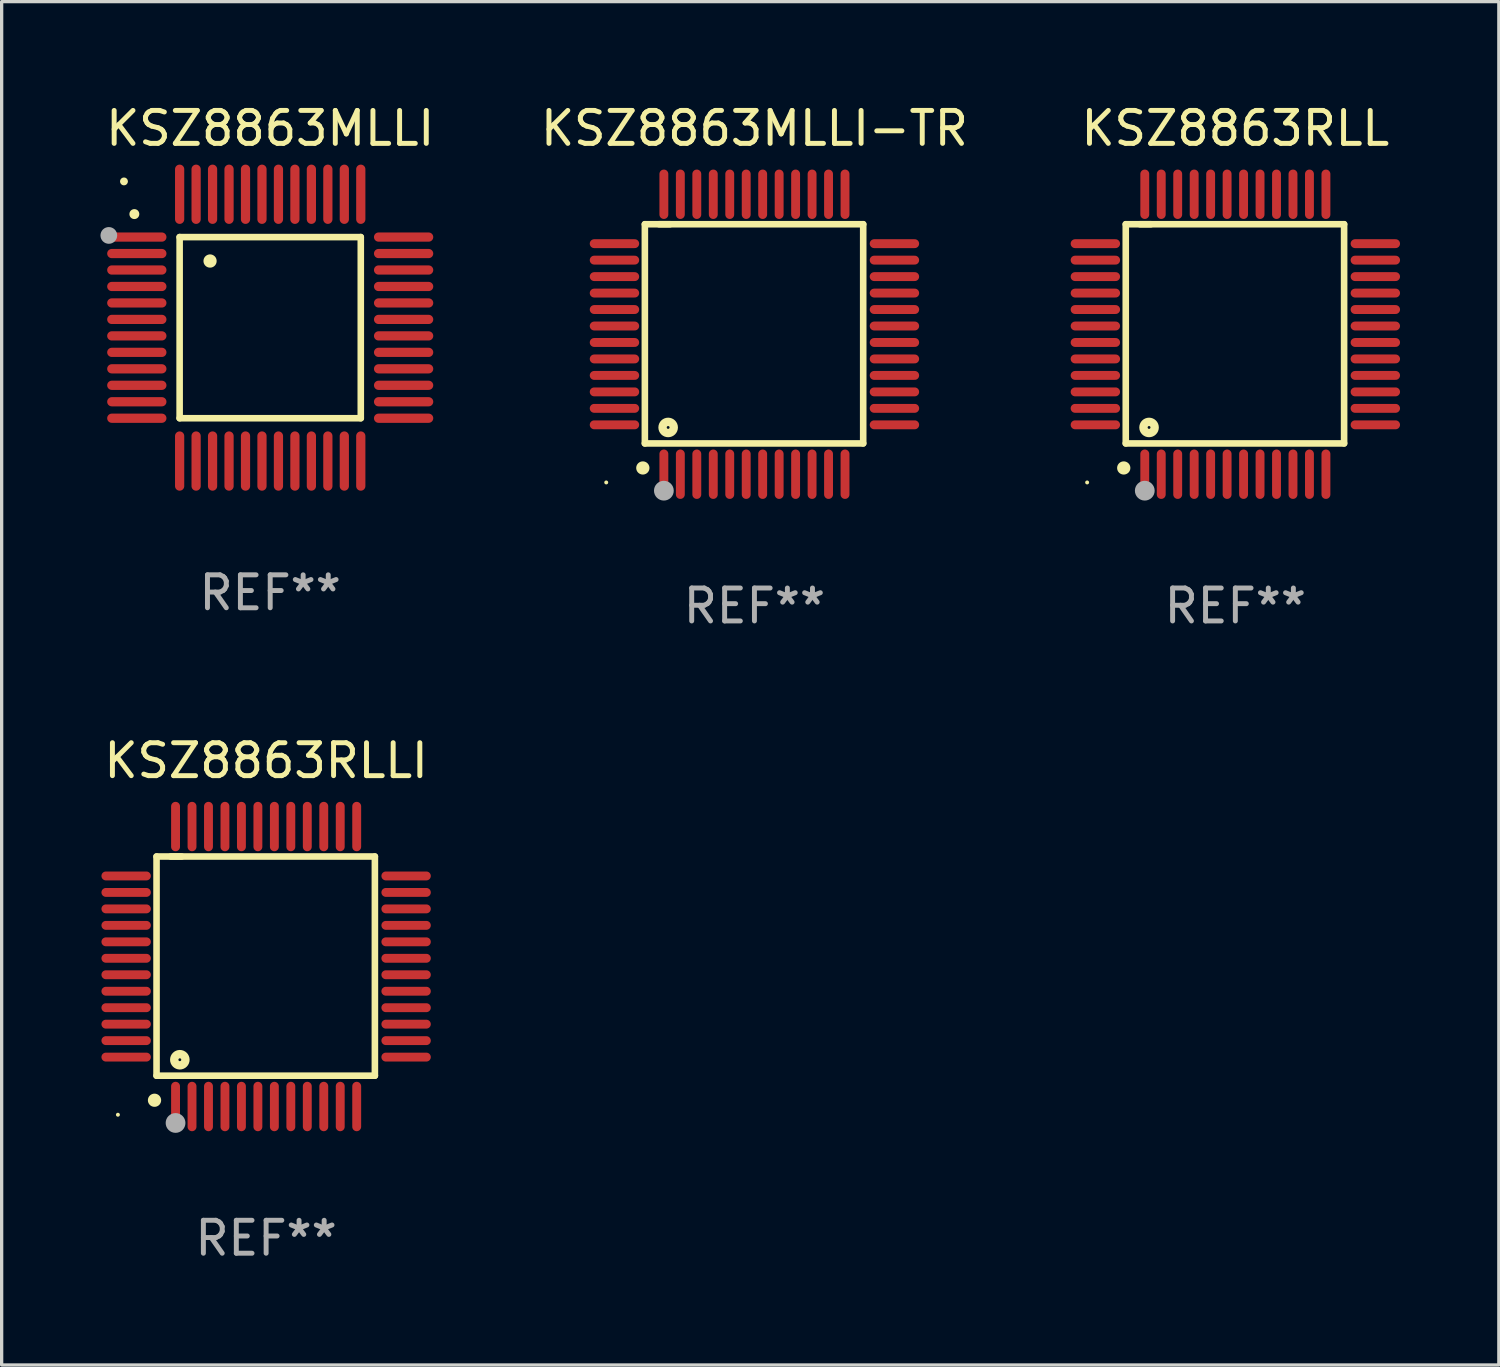
<source format=kicad_pcb>
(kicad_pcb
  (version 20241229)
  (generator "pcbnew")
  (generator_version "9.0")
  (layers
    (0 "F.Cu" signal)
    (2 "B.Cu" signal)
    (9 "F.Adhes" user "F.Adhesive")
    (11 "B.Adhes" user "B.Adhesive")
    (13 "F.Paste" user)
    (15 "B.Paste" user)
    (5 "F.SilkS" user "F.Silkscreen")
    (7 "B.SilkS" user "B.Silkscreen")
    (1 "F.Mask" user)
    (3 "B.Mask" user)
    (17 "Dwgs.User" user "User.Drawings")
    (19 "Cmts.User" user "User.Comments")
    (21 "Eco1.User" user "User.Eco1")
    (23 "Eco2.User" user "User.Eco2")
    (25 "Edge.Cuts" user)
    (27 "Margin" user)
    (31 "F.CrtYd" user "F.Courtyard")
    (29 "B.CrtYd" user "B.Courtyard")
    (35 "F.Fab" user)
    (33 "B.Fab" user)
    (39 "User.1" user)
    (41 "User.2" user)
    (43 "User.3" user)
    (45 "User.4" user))
  (footprint "KSZ8863RLLI"
    (layer "F.Cu")
    (at 5.03 26.295)
    (property "Reference" "KSZ8863RLLI" (at 0 -6.25 0) (layer "F.SilkS") (effects (font (size 1 1) (thickness 0.15))))
    (attr through_hole)
    (fp_line (start -3.327 -3.34) (end -2.565 -3.34) (stroke (width 0.2) (type solid)) (layer "F.SilkS"))
    (fp_line (start -3.327 3.315) (end -3.327 -3.34) (stroke (width 0.2) (type solid)) (layer "F.SilkS"))
    (fp_line (start -2.896 -3.34) (end 3.302 -3.34) (stroke (width 0.2) (type solid)) (layer "F.SilkS"))
    (fp_line (start 3.302 -3.34) (end 3.302 3.315) (stroke (width 0.2) (type solid)) (layer "F.SilkS"))
    (fp_line (start 3.302 3.315) (end -3.327 3.315) (stroke (width 0.2) (type solid)) (layer "F.SilkS"))
    (fp_arc (start -3.389992 4.059995) (mid -3.388722 4.059991) (end -3.387452 4.059995) (stroke (width 0.4) (type solid)) (layer "F.SilkS"))
    (fp_circle (center -4.5 4.5) (end -4.47 4.5) (stroke (width 0.06) (type solid)) (fill no) (layer "F.SilkS"))
    (fp_circle (center -2.62 2.83) (end -2.45 2.83) (stroke (width 0.254) (type solid)) (fill no) (layer "F.SilkS"))
    (fp_circle (center -2.75 4.75) (end -2.6 4.75) (stroke (width 0.3) (type solid)) (fill no) (layer "F.Fab"))
    (fp_text user "REF**" (at 0 8.25 0) (layer "F.Fab") (effects (font (size 1 1) (thickness 0.15))))
    (pad "1" smd oval (at -2.75 4.25) (size 0.27 1.5) (layers "F.Cu" "F.Mask" "F.Paste"))
    (pad "2" smd oval (at -2.25 4.25) (size 0.27 1.5) (layers "F.Cu" "F.Mask" "F.Paste"))
    (pad "3" smd oval (at -1.75 4.25) (size 0.27 1.5) (layers "F.Cu" "F.Mask" "F.Paste"))
    (pad "4" smd oval (at -1.25 4.25) (size 0.27 1.5) (layers "F.Cu" "F.Mask" "F.Paste"))
    (pad "5" smd oval (at -0.75 4.25) (size 0.27 1.5) (layers "F.Cu" "F.Mask" "F.Paste"))
    (pad "6" smd oval (at -0.25 4.25) (size 0.27 1.5) (layers "F.Cu" "F.Mask" "F.Paste"))
    (pad "7" smd oval (at 0.25 4.25) (size 0.27 1.5) (layers "F.Cu" "F.Mask" "F.Paste"))
    (pad "8" smd oval (at 0.75 4.25) (size 0.27 1.5) (layers "F.Cu" "F.Mask" "F.Paste"))
    (pad "9" smd oval (at 1.25 4.25) (size 0.27 1.5) (layers "F.Cu" "F.Mask" "F.Paste"))
    (pad "10" smd oval (at 1.75 4.25) (size 0.27 1.5) (layers "F.Cu" "F.Mask" "F.Paste"))
    (pad "11" smd oval (at 2.25 4.25) (size 0.27 1.5) (layers "F.Cu" "F.Mask" "F.Paste"))
    (pad "12" smd oval (at 2.75 4.25) (size 0.27 1.5) (layers "F.Cu" "F.Mask" "F.Paste"))
    (pad "13" smd oval (at 4.25 2.75) (size 1.5 0.27) (layers "F.Cu" "F.Mask" "F.Paste"))
    (pad "14" smd oval (at 4.25 2.25) (size 1.5 0.27) (layers "F.Cu" "F.Mask" "F.Paste"))
    (pad "15" smd oval (at 4.25 1.75) (size 1.5 0.27) (layers "F.Cu" "F.Mask" "F.Paste"))
    (pad "16" smd oval (at 4.25 1.25) (size 1.5 0.27) (layers "F.Cu" "F.Mask" "F.Paste"))
    (pad "17" smd oval (at 4.25 0.75) (size 1.5 0.27) (layers "F.Cu" "F.Mask" "F.Paste"))
    (pad "18" smd oval (at 4.25 0.25) (size 1.5 0.27) (layers "F.Cu" "F.Mask" "F.Paste"))
    (pad "19" smd oval (at 4.25 -0.25) (size 1.5 0.27) (layers "F.Cu" "F.Mask" "F.Paste"))
    (pad "20" smd oval (at 4.25 -0.75) (size 1.5 0.27) (layers "F.Cu" "F.Mask" "F.Paste"))
    (pad "21" smd oval (at 4.25 -1.25) (size 1.5 0.27) (layers "F.Cu" "F.Mask" "F.Paste"))
    (pad "22" smd oval (at 4.25 -1.75) (size 1.5 0.27) (layers "F.Cu" "F.Mask" "F.Paste"))
    (pad "23" smd oval (at 4.25 -2.25) (size 1.5 0.27) (layers "F.Cu" "F.Mask" "F.Paste"))
    (pad "24" smd oval (at 4.25 -2.75) (size 1.5 0.27) (layers "F.Cu" "F.Mask" "F.Paste"))
    (pad "25" smd oval (at 2.75 -4.25) (size 0.27 1.5) (layers "F.Cu" "F.Mask" "F.Paste"))
    (pad "26" smd oval (at 2.25 -4.25) (size 0.27 1.5) (layers "F.Cu" "F.Mask" "F.Paste"))
    (pad "27" smd oval (at 1.75 -4.25) (size 0.27 1.5) (layers "F.Cu" "F.Mask" "F.Paste"))
    (pad "28" smd oval (at 1.25 -4.25) (size 0.27 1.5) (layers "F.Cu" "F.Mask" "F.Paste"))
    (pad "29" smd oval (at 0.75 -4.25) (size 0.27 1.5) (layers "F.Cu" "F.Mask" "F.Paste"))
    (pad "30" smd oval (at 0.25 -4.25) (size 0.27 1.5) (layers "F.Cu" "F.Mask" "F.Paste"))
    (pad "31" smd oval (at -0.25 -4.25) (size 0.27 1.5) (layers "F.Cu" "F.Mask" "F.Paste"))
    (pad "32" smd oval (at -0.75 -4.25) (size 0.27 1.5) (layers "F.Cu" "F.Mask" "F.Paste"))
    (pad "33" smd oval (at -1.25 -4.25) (size 0.27 1.5) (layers "F.Cu" "F.Mask" "F.Paste"))
    (pad "34" smd oval (at -1.75 -4.25) (size 0.27 1.5) (layers "F.Cu" "F.Mask" "F.Paste"))
    (pad "35" smd oval (at -2.25 -4.25) (size 0.27 1.5) (layers "F.Cu" "F.Mask" "F.Paste"))
    (pad "36" smd oval (at -2.75 -4.25) (size 0.27 1.5) (layers "F.Cu" "F.Mask" "F.Paste"))
    (pad "37" smd oval (at -4.25 -2.75) (size 1.5 0.27) (layers "F.Cu" "F.Mask" "F.Paste"))
    (pad "38" smd oval (at -4.25 -2.25) (size 1.5 0.27) (layers "F.Cu" "F.Mask" "F.Paste"))
    (pad "39" smd oval (at -4.25 -1.75) (size 1.5 0.27) (layers "F.Cu" "F.Mask" "F.Paste"))
    (pad "40" smd oval (at -4.25 -1.25) (size 1.5 0.27) (layers "F.Cu" "F.Mask" "F.Paste"))
    (pad "41" smd oval (at -4.25 -0.75) (size 1.5 0.27) (layers "F.Cu" "F.Mask" "F.Paste"))
    (pad "42" smd oval (at -4.25 -0.25) (size 1.5 0.27) (layers "F.Cu" "F.Mask" "F.Paste"))
    (pad "43" smd oval (at -4.25 0.25) (size 1.5 0.27) (layers "F.Cu" "F.Mask" "F.Paste"))
    (pad "44" smd oval (at -4.25 0.75) (size 1.5 0.27) (layers "F.Cu" "F.Mask" "F.Paste"))
    (pad "45" smd oval (at -4.25 1.25) (size 1.5 0.27) (layers "F.Cu" "F.Mask" "F.Paste"))
    (pad "46" smd oval (at -4.25 1.75) (size 1.5 0.27) (layers "F.Cu" "F.Mask" "F.Paste"))
    (pad "47" smd oval (at -4.25 2.25) (size 1.5 0.27) (layers "F.Cu" "F.Mask" "F.Paste"))
    (pad "48" smd oval (at -4.25 2.75) (size 1.5 0.27) (layers "F.Cu" "F.Mask" "F.Paste")))
  (footprint "KSZ8863RLL"
    (layer "F.Cu")
    (at 34.457 7.098)
    (property "Reference" "KSZ8863RLL" (at 0 -6.25 0) (layer "F.SilkS") (effects (font (size 1 1) (thickness 0.15))))
    (attr through_hole)
    (fp_line (start -3.327 -3.34) (end -2.565 -3.34) (stroke (width 0.2) (type solid)) (layer "F.SilkS"))
    (fp_line (start -3.327 3.315) (end -3.327 -3.34) (stroke (width 0.2) (type solid)) (layer "F.SilkS"))
    (fp_line (start -2.896 -3.34) (end 3.302 -3.34) (stroke (width 0.2) (type solid)) (layer "F.SilkS"))
    (fp_line (start 3.302 -3.34) (end 3.302 3.315) (stroke (width 0.2) (type solid)) (layer "F.SilkS"))
    (fp_line (start 3.302 3.315) (end -3.327 3.315) (stroke (width 0.2) (type solid)) (layer "F.SilkS"))
    (fp_arc (start -3.389992 4.059995) (mid -3.388722 4.059991) (end -3.387452 4.059995) (stroke (width 0.4) (type solid)) (layer "F.SilkS"))
    (fp_circle (center -4.5 4.5) (end -4.47 4.5) (stroke (width 0.06) (type solid)) (fill no) (layer "F.SilkS"))
    (fp_circle (center -2.62 2.83) (end -2.45 2.83) (stroke (width 0.254) (type solid)) (fill no) (layer "F.SilkS"))
    (fp_circle (center -2.75 4.75) (end -2.6 4.75) (stroke (width 0.3) (type solid)) (fill no) (layer "F.Fab"))
    (fp_text user "REF**" (at 0 8.25 0) (layer "F.Fab") (effects (font (size 1 1) (thickness 0.15))))
    (pad "1" smd oval (at -2.75 4.25) (size 0.27 1.5) (layers "F.Cu" "F.Mask" "F.Paste"))
    (pad "2" smd oval (at -2.25 4.25) (size 0.27 1.5) (layers "F.Cu" "F.Mask" "F.Paste"))
    (pad "3" smd oval (at -1.75 4.25) (size 0.27 1.5) (layers "F.Cu" "F.Mask" "F.Paste"))
    (pad "4" smd oval (at -1.25 4.25) (size 0.27 1.5) (layers "F.Cu" "F.Mask" "F.Paste"))
    (pad "5" smd oval (at -0.75 4.25) (size 0.27 1.5) (layers "F.Cu" "F.Mask" "F.Paste"))
    (pad "6" smd oval (at -0.25 4.25) (size 0.27 1.5) (layers "F.Cu" "F.Mask" "F.Paste"))
    (pad "7" smd oval (at 0.25 4.25) (size 0.27 1.5) (layers "F.Cu" "F.Mask" "F.Paste"))
    (pad "8" smd oval (at 0.75 4.25) (size 0.27 1.5) (layers "F.Cu" "F.Mask" "F.Paste"))
    (pad "9" smd oval (at 1.25 4.25) (size 0.27 1.5) (layers "F.Cu" "F.Mask" "F.Paste"))
    (pad "10" smd oval (at 1.75 4.25) (size 0.27 1.5) (layers "F.Cu" "F.Mask" "F.Paste"))
    (pad "11" smd oval (at 2.25 4.25) (size 0.27 1.5) (layers "F.Cu" "F.Mask" "F.Paste"))
    (pad "12" smd oval (at 2.75 4.25) (size 0.27 1.5) (layers "F.Cu" "F.Mask" "F.Paste"))
    (pad "13" smd oval (at 4.25 2.75) (size 1.5 0.27) (layers "F.Cu" "F.Mask" "F.Paste"))
    (pad "14" smd oval (at 4.25 2.25) (size 1.5 0.27) (layers "F.Cu" "F.Mask" "F.Paste"))
    (pad "15" smd oval (at 4.25 1.75) (size 1.5 0.27) (layers "F.Cu" "F.Mask" "F.Paste"))
    (pad "16" smd oval (at 4.25 1.25) (size 1.5 0.27) (layers "F.Cu" "F.Mask" "F.Paste"))
    (pad "17" smd oval (at 4.25 0.75) (size 1.5 0.27) (layers "F.Cu" "F.Mask" "F.Paste"))
    (pad "18" smd oval (at 4.25 0.25) (size 1.5 0.27) (layers "F.Cu" "F.Mask" "F.Paste"))
    (pad "19" smd oval (at 4.25 -0.25) (size 1.5 0.27) (layers "F.Cu" "F.Mask" "F.Paste"))
    (pad "20" smd oval (at 4.25 -0.75) (size 1.5 0.27) (layers "F.Cu" "F.Mask" "F.Paste"))
    (pad "21" smd oval (at 4.25 -1.25) (size 1.5 0.27) (layers "F.Cu" "F.Mask" "F.Paste"))
    (pad "22" smd oval (at 4.25 -1.75) (size 1.5 0.27) (layers "F.Cu" "F.Mask" "F.Paste"))
    (pad "23" smd oval (at 4.25 -2.25) (size 1.5 0.27) (layers "F.Cu" "F.Mask" "F.Paste"))
    (pad "24" smd oval (at 4.25 -2.75) (size 1.5 0.27) (layers "F.Cu" "F.Mask" "F.Paste"))
    (pad "25" smd oval (at 2.75 -4.25) (size 0.27 1.5) (layers "F.Cu" "F.Mask" "F.Paste"))
    (pad "26" smd oval (at 2.25 -4.25) (size 0.27 1.5) (layers "F.Cu" "F.Mask" "F.Paste"))
    (pad "27" smd oval (at 1.75 -4.25) (size 0.27 1.5) (layers "F.Cu" "F.Mask" "F.Paste"))
    (pad "28" smd oval (at 1.25 -4.25) (size 0.27 1.5) (layers "F.Cu" "F.Mask" "F.Paste"))
    (pad "29" smd oval (at 0.75 -4.25) (size 0.27 1.5) (layers "F.Cu" "F.Mask" "F.Paste"))
    (pad "30" smd oval (at 0.25 -4.25) (size 0.27 1.5) (layers "F.Cu" "F.Mask" "F.Paste"))
    (pad "31" smd oval (at -0.25 -4.25) (size 0.27 1.5) (layers "F.Cu" "F.Mask" "F.Paste"))
    (pad "32" smd oval (at -0.75 -4.25) (size 0.27 1.5) (layers "F.Cu" "F.Mask" "F.Paste"))
    (pad "33" smd oval (at -1.25 -4.25) (size 0.27 1.5) (layers "F.Cu" "F.Mask" "F.Paste"))
    (pad "34" smd oval (at -1.75 -4.25) (size 0.27 1.5) (layers "F.Cu" "F.Mask" "F.Paste"))
    (pad "35" smd oval (at -2.25 -4.25) (size 0.27 1.5) (layers "F.Cu" "F.Mask" "F.Paste"))
    (pad "36" smd oval (at -2.75 -4.25) (size 0.27 1.5) (layers "F.Cu" "F.Mask" "F.Paste"))
    (pad "37" smd oval (at -4.25 -2.75) (size 1.5 0.27) (layers "F.Cu" "F.Mask" "F.Paste"))
    (pad "38" smd oval (at -4.25 -2.25) (size 1.5 0.27) (layers "F.Cu" "F.Mask" "F.Paste"))
    (pad "39" smd oval (at -4.25 -1.75) (size 1.5 0.27) (layers "F.Cu" "F.Mask" "F.Paste"))
    (pad "40" smd oval (at -4.25 -1.25) (size 1.5 0.27) (layers "F.Cu" "F.Mask" "F.Paste"))
    (pad "41" smd oval (at -4.25 -0.75) (size 1.5 0.27) (layers "F.Cu" "F.Mask" "F.Paste"))
    (pad "42" smd oval (at -4.25 -0.25) (size 1.5 0.27) (layers "F.Cu" "F.Mask" "F.Paste"))
    (pad "43" smd oval (at -4.25 0.25) (size 1.5 0.27) (layers "F.Cu" "F.Mask" "F.Paste"))
    (pad "44" smd oval (at -4.25 0.75) (size 1.5 0.27) (layers "F.Cu" "F.Mask" "F.Paste"))
    (pad "45" smd oval (at -4.25 1.25) (size 1.5 0.27) (layers "F.Cu" "F.Mask" "F.Paste"))
    (pad "46" smd oval (at -4.25 1.75) (size 1.5 0.27) (layers "F.Cu" "F.Mask" "F.Paste"))
    (pad "47" smd oval (at -4.25 2.25) (size 1.5 0.27) (layers "F.Cu" "F.Mask" "F.Paste"))
    (pad "48" smd oval (at -4.25 2.75) (size 1.5 0.27) (layers "F.Cu" "F.Mask" "F.Paste")))
  (footprint "KSZ8863MLLI"
    (layer "F.Cu")
    (at 5.154 6.898)
    (property "Reference" "KSZ8863MLLI" (at 0 -6.05 0) (layer "F.SilkS") (effects (font (size 1 1) (thickness 0.15))))
    (attr through_hole)
    (fp_line (start -2.75 -2.75) (end 2.75 -2.75) (stroke (width 0.2) (type solid)) (layer "F.SilkS"))
    (fp_line (start -2.75 2.75) (end -2.75 -2.75) (stroke (width 0.2) (type solid)) (layer "F.SilkS"))
    (fp_line (start 2.75 -2.75) (end 2.75 2.75) (stroke (width 0.2) (type solid)) (layer "F.SilkS"))
    (fp_line (start 2.75 2.75) (end -2.75 2.75) (stroke (width 0.2) (type solid)) (layer "F.SilkS"))
    (fp_arc (start -4.124968 -3.446787) (mid -4.124973 -3.448057) (end -4.124968 -3.449327) (stroke (width 0.3) (type solid)) (layer "F.SilkS"))
    (fp_arc (start -1.826264 -2.021844) (mid -1.826268 -2.023114) (end -1.826264 -2.024384) (stroke (width 0.4) (type solid)) (layer "F.SilkS"))
    (fp_circle (center -4.44 -4.44) (end -4.38 -4.44) (stroke (width 0.12) (type solid)) (fill no) (layer "F.SilkS"))
    (fp_circle (center -4.9 -2.8) (end -4.773 -2.8) (stroke (width 0.254) (type solid)) (fill no) (layer "F.Fab"))
    (fp_text user "REF**" (at 0 8.05 0) (layer "F.Fab") (effects (font (size 1 1) (thickness 0.15))))
    (pad "1" smd oval (at -4.05 -2.75 90) (size 0.28 1.8) (layers "F.Cu" "F.Mask" "F.Paste"))
    (pad "2" smd oval (at -4.05 -2.25 90) (size 0.28 1.8) (layers "F.Cu" "F.Mask" "F.Paste"))
    (pad "3" smd oval (at -4.05 -1.75 90) (size 0.28 1.8) (layers "F.Cu" "F.Mask" "F.Paste"))
    (pad "4" smd oval (at -4.05 -1.25 90) (size 0.28 1.8) (layers "F.Cu" "F.Mask" "F.Paste"))
    (pad "5" smd oval (at -4.05 -0.75 90) (size 0.28 1.8) (layers "F.Cu" "F.Mask" "F.Paste"))
    (pad "6" smd oval (at -4.05 -0.25 90) (size 0.28 1.8) (layers "F.Cu" "F.Mask" "F.Paste"))
    (pad "7" smd oval (at -4.05 0.25 90) (size 0.28 1.8) (layers "F.Cu" "F.Mask" "F.Paste"))
    (pad "8" smd oval (at -4.05 0.75 90) (size 0.28 1.8) (layers "F.Cu" "F.Mask" "F.Paste"))
    (pad "9" smd oval (at -4.05 1.25 90) (size 0.28 1.8) (layers "F.Cu" "F.Mask" "F.Paste"))
    (pad "10" smd oval (at -4.05 1.75 90) (size 0.28 1.8) (layers "F.Cu" "F.Mask" "F.Paste"))
    (pad "11" smd oval (at -4.05 2.25 90) (size 0.28 1.8) (layers "F.Cu" "F.Mask" "F.Paste"))
    (pad "12" smd oval (at -4.05 2.75 90) (size 0.28 1.8) (layers "F.Cu" "F.Mask" "F.Paste"))
    (pad "13" smd oval (at -2.75 4.05) (size 0.28 1.8) (layers "F.Cu" "F.Mask" "F.Paste"))
    (pad "14" smd oval (at -2.25 4.05) (size 0.28 1.8) (layers "F.Cu" "F.Mask" "F.Paste"))
    (pad "15" smd oval (at -1.75 4.05) (size 0.28 1.8) (layers "F.Cu" "F.Mask" "F.Paste"))
    (pad "16" smd oval (at -1.25 4.05) (size 0.28 1.8) (layers "F.Cu" "F.Mask" "F.Paste"))
    (pad "17" smd oval (at -0.75 4.05) (size 0.28 1.8) (layers "F.Cu" "F.Mask" "F.Paste"))
    (pad "18" smd oval (at -0.25 4.05) (size 0.28 1.8) (layers "F.Cu" "F.Mask" "F.Paste"))
    (pad "19" smd oval (at 0.25 4.05) (size 0.28 1.8) (layers "F.Cu" "F.Mask" "F.Paste"))
    (pad "20" smd oval (at 0.75 4.05) (size 0.28 1.8) (layers "F.Cu" "F.Mask" "F.Paste"))
    (pad "21" smd oval (at 1.25 4.05) (size 0.28 1.8) (layers "F.Cu" "F.Mask" "F.Paste"))
    (pad "22" smd oval (at 1.75 4.05) (size 0.28 1.8) (layers "F.Cu" "F.Mask" "F.Paste"))
    (pad "23" smd oval (at 2.25 4.05) (size 0.28 1.8) (layers "F.Cu" "F.Mask" "F.Paste"))
    (pad "24" smd oval (at 2.75 4.05) (size 0.28 1.8) (layers "F.Cu" "F.Mask" "F.Paste"))
    (pad "25" smd oval (at 4.05 2.75 90) (size 0.28 1.8) (layers "F.Cu" "F.Mask" "F.Paste"))
    (pad "26" smd oval (at 4.05 2.25 90) (size 0.28 1.8) (layers "F.Cu" "F.Mask" "F.Paste"))
    (pad "27" smd oval (at 4.05 1.75 90) (size 0.28 1.8) (layers "F.Cu" "F.Mask" "F.Paste"))
    (pad "28" smd oval (at 4.05 1.25 90) (size 0.28 1.8) (layers "F.Cu" "F.Mask" "F.Paste"))
    (pad "29" smd oval (at 4.05 0.75 90) (size 0.28 1.8) (layers "F.Cu" "F.Mask" "F.Paste"))
    (pad "30" smd oval (at 4.05 0.25 90) (size 0.28 1.8) (layers "F.Cu" "F.Mask" "F.Paste"))
    (pad "31" smd oval (at 4.05 -0.25 90) (size 0.28 1.8) (layers "F.Cu" "F.Mask" "F.Paste"))
    (pad "32" smd oval (at 4.05 -0.75 90) (size 0.28 1.8) (layers "F.Cu" "F.Mask" "F.Paste"))
    (pad "33" smd oval (at 4.05 -1.25 90) (size 0.28 1.8) (layers "F.Cu" "F.Mask" "F.Paste"))
    (pad "34" smd oval (at 4.05 -1.75 90) (size 0.28 1.8) (layers "F.Cu" "F.Mask" "F.Paste"))
    (pad "35" smd oval (at 4.05 -2.25 90) (size 0.28 1.8) (layers "F.Cu" "F.Mask" "F.Paste"))
    (pad "36" smd oval (at 4.05 -2.75 90) (size 0.28 1.8) (layers "F.Cu" "F.Mask" "F.Paste"))
    (pad "37" smd oval (at 2.75 -4.05) (size 0.28 1.8) (layers "F.Cu" "F.Mask" "F.Paste"))
    (pad "38" smd oval (at 2.25 -4.05) (size 0.28 1.8) (layers "F.Cu" "F.Mask" "F.Paste"))
    (pad "39" smd oval (at 1.75 -4.05) (size 0.28 1.8) (layers "F.Cu" "F.Mask" "F.Paste"))
    (pad "40" smd oval (at 1.25 -4.05) (size 0.28 1.8) (layers "F.Cu" "F.Mask" "F.Paste"))
    (pad "41" smd oval (at 0.75 -4.05) (size 0.28 1.8) (layers "F.Cu" "F.Mask" "F.Paste"))
    (pad "42" smd oval (at 0.25 -4.05) (size 0.28 1.8) (layers "F.Cu" "F.Mask" "F.Paste"))
    (pad "43" smd oval (at -0.25 -4.05) (size 0.28 1.8) (layers "F.Cu" "F.Mask" "F.Paste"))
    (pad "44" smd oval (at -0.75 -4.05) (size 0.28 1.8) (layers "F.Cu" "F.Mask" "F.Paste"))
    (pad "45" smd oval (at -1.25 -4.05) (size 0.28 1.8) (layers "F.Cu" "F.Mask" "F.Paste"))
    (pad "46" smd oval (at -1.75 -4.05) (size 0.28 1.8) (layers "F.Cu" "F.Mask" "F.Paste"))
    (pad "47" smd oval (at -2.25 -4.05) (size 0.28 1.8) (layers "F.Cu" "F.Mask" "F.Paste"))
    (pad "48" smd oval (at -2.75 -4.05) (size 0.28 1.8) (layers "F.Cu" "F.Mask" "F.Paste")))
  (footprint "KSZ8863MLLI-TR"
    (layer "F.Cu")
    (at 19.856 7.098)
    (property "Reference" "KSZ8863MLLI-TR" (at 0 -6.25 0) (layer "F.SilkS") (effects (font (size 1 1) (thickness 0.15))))
    (attr through_hole)
    (fp_line (start -3.327 -3.34) (end -2.565 -3.34) (stroke (width 0.2) (type solid)) (layer "F.SilkS"))
    (fp_line (start -3.327 3.315) (end -3.327 -3.34) (stroke (width 0.2) (type solid)) (layer "F.SilkS"))
    (fp_line (start -2.896 -3.34) (end 3.302 -3.34) (stroke (width 0.2) (type solid)) (layer "F.SilkS"))
    (fp_line (start 3.302 -3.34) (end 3.302 3.315) (stroke (width 0.2) (type solid)) (layer "F.SilkS"))
    (fp_line (start 3.302 3.315) (end -3.327 3.315) (stroke (width 0.2) (type solid)) (layer "F.SilkS"))
    (fp_arc (start -3.389992 4.059995) (mid -3.388722 4.059991) (end -3.387452 4.059995) (stroke (width 0.4) (type solid)) (layer "F.SilkS"))
    (fp_circle (center -4.5 4.5) (end -4.47 4.5) (stroke (width 0.06) (type solid)) (fill no) (layer "F.SilkS"))
    (fp_circle (center -2.62 2.83) (end -2.45 2.83) (stroke (width 0.254) (type solid)) (fill no) (layer "F.SilkS"))
    (fp_circle (center -2.75 4.75) (end -2.6 4.75) (stroke (width 0.3) (type solid)) (fill no) (layer "F.Fab"))
    (fp_text user "REF**" (at 0 8.25 0) (layer "F.Fab") (effects (font (size 1 1) (thickness 0.15))))
    (pad "1" smd oval (at -2.75 4.25) (size 0.27 1.5) (layers "F.Cu" "F.Mask" "F.Paste"))
    (pad "2" smd oval (at -2.25 4.25) (size 0.27 1.5) (layers "F.Cu" "F.Mask" "F.Paste"))
    (pad "3" smd oval (at -1.75 4.25) (size 0.27 1.5) (layers "F.Cu" "F.Mask" "F.Paste"))
    (pad "4" smd oval (at -1.25 4.25) (size 0.27 1.5) (layers "F.Cu" "F.Mask" "F.Paste"))
    (pad "5" smd oval (at -0.75 4.25) (size 0.27 1.5) (layers "F.Cu" "F.Mask" "F.Paste"))
    (pad "6" smd oval (at -0.25 4.25) (size 0.27 1.5) (layers "F.Cu" "F.Mask" "F.Paste"))
    (pad "7" smd oval (at 0.25 4.25) (size 0.27 1.5) (layers "F.Cu" "F.Mask" "F.Paste"))
    (pad "8" smd oval (at 0.75 4.25) (size 0.27 1.5) (layers "F.Cu" "F.Mask" "F.Paste"))
    (pad "9" smd oval (at 1.25 4.25) (size 0.27 1.5) (layers "F.Cu" "F.Mask" "F.Paste"))
    (pad "10" smd oval (at 1.75 4.25) (size 0.27 1.5) (layers "F.Cu" "F.Mask" "F.Paste"))
    (pad "11" smd oval (at 2.25 4.25) (size 0.27 1.5) (layers "F.Cu" "F.Mask" "F.Paste"))
    (pad "12" smd oval (at 2.75 4.25) (size 0.27 1.5) (layers "F.Cu" "F.Mask" "F.Paste"))
    (pad "13" smd oval (at 4.25 2.75) (size 1.5 0.27) (layers "F.Cu" "F.Mask" "F.Paste"))
    (pad "14" smd oval (at 4.25 2.25) (size 1.5 0.27) (layers "F.Cu" "F.Mask" "F.Paste"))
    (pad "15" smd oval (at 4.25 1.75) (size 1.5 0.27) (layers "F.Cu" "F.Mask" "F.Paste"))
    (pad "16" smd oval (at 4.25 1.25) (size 1.5 0.27) (layers "F.Cu" "F.Mask" "F.Paste"))
    (pad "17" smd oval (at 4.25 0.75) (size 1.5 0.27) (layers "F.Cu" "F.Mask" "F.Paste"))
    (pad "18" smd oval (at 4.25 0.25) (size 1.5 0.27) (layers "F.Cu" "F.Mask" "F.Paste"))
    (pad "19" smd oval (at 4.25 -0.25) (size 1.5 0.27) (layers "F.Cu" "F.Mask" "F.Paste"))
    (pad "20" smd oval (at 4.25 -0.75) (size 1.5 0.27) (layers "F.Cu" "F.Mask" "F.Paste"))
    (pad "21" smd oval (at 4.25 -1.25) (size 1.5 0.27) (layers "F.Cu" "F.Mask" "F.Paste"))
    (pad "22" smd oval (at 4.25 -1.75) (size 1.5 0.27) (layers "F.Cu" "F.Mask" "F.Paste"))
    (pad "23" smd oval (at 4.25 -2.25) (size 1.5 0.27) (layers "F.Cu" "F.Mask" "F.Paste"))
    (pad "24" smd oval (at 4.25 -2.75) (size 1.5 0.27) (layers "F.Cu" "F.Mask" "F.Paste"))
    (pad "25" smd oval (at 2.75 -4.25) (size 0.27 1.5) (layers "F.Cu" "F.Mask" "F.Paste"))
    (pad "26" smd oval (at 2.25 -4.25) (size 0.27 1.5) (layers "F.Cu" "F.Mask" "F.Paste"))
    (pad "27" smd oval (at 1.75 -4.25) (size 0.27 1.5) (layers "F.Cu" "F.Mask" "F.Paste"))
    (pad "28" smd oval (at 1.25 -4.25) (size 0.27 1.5) (layers "F.Cu" "F.Mask" "F.Paste"))
    (pad "29" smd oval (at 0.75 -4.25) (size 0.27 1.5) (layers "F.Cu" "F.Mask" "F.Paste"))
    (pad "30" smd oval (at 0.25 -4.25) (size 0.27 1.5) (layers "F.Cu" "F.Mask" "F.Paste"))
    (pad "31" smd oval (at -0.25 -4.25) (size 0.27 1.5) (layers "F.Cu" "F.Mask" "F.Paste"))
    (pad "32" smd oval (at -0.75 -4.25) (size 0.27 1.5) (layers "F.Cu" "F.Mask" "F.Paste"))
    (pad "33" smd oval (at -1.25 -4.25) (size 0.27 1.5) (layers "F.Cu" "F.Mask" "F.Paste"))
    (pad "34" smd oval (at -1.75 -4.25) (size 0.27 1.5) (layers "F.Cu" "F.Mask" "F.Paste"))
    (pad "35" smd oval (at -2.25 -4.25) (size 0.27 1.5) (layers "F.Cu" "F.Mask" "F.Paste"))
    (pad "36" smd oval (at -2.75 -4.25) (size 0.27 1.5) (layers "F.Cu" "F.Mask" "F.Paste"))
    (pad "37" smd oval (at -4.25 -2.75) (size 1.5 0.27) (layers "F.Cu" "F.Mask" "F.Paste"))
    (pad "38" smd oval (at -4.25 -2.25) (size 1.5 0.27) (layers "F.Cu" "F.Mask" "F.Paste"))
    (pad "39" smd oval (at -4.25 -1.75) (size 1.5 0.27) (layers "F.Cu" "F.Mask" "F.Paste"))
    (pad "40" smd oval (at -4.25 -1.25) (size 1.5 0.27) (layers "F.Cu" "F.Mask" "F.Paste"))
    (pad "41" smd oval (at -4.25 -0.75) (size 1.5 0.27) (layers "F.Cu" "F.Mask" "F.Paste"))
    (pad "42" smd oval (at -4.25 -0.25) (size 1.5 0.27) (layers "F.Cu" "F.Mask" "F.Paste"))
    (pad "43" smd oval (at -4.25 0.25) (size 1.5 0.27) (layers "F.Cu" "F.Mask" "F.Paste"))
    (pad "44" smd oval (at -4.25 0.75) (size 1.5 0.27) (layers "F.Cu" "F.Mask" "F.Paste"))
    (pad "45" smd oval (at -4.25 1.25) (size 1.5 0.27) (layers "F.Cu" "F.Mask" "F.Paste"))
    (pad "46" smd oval (at -4.25 1.75) (size 1.5 0.27) (layers "F.Cu" "F.Mask" "F.Paste"))
    (pad "47" smd oval (at -4.25 2.25) (size 1.5 0.27) (layers "F.Cu" "F.Mask" "F.Paste"))
    (pad "48" smd oval (at -4.25 2.75) (size 1.5 0.27) (layers "F.Cu" "F.Mask" "F.Paste")))
  (gr_rect
    (start -3 -3)
    (end 42.457 38.393)
    (stroke (width 0.1) (type default))
    (fill no)
    (layer "Edge.Cuts")))
</source>
